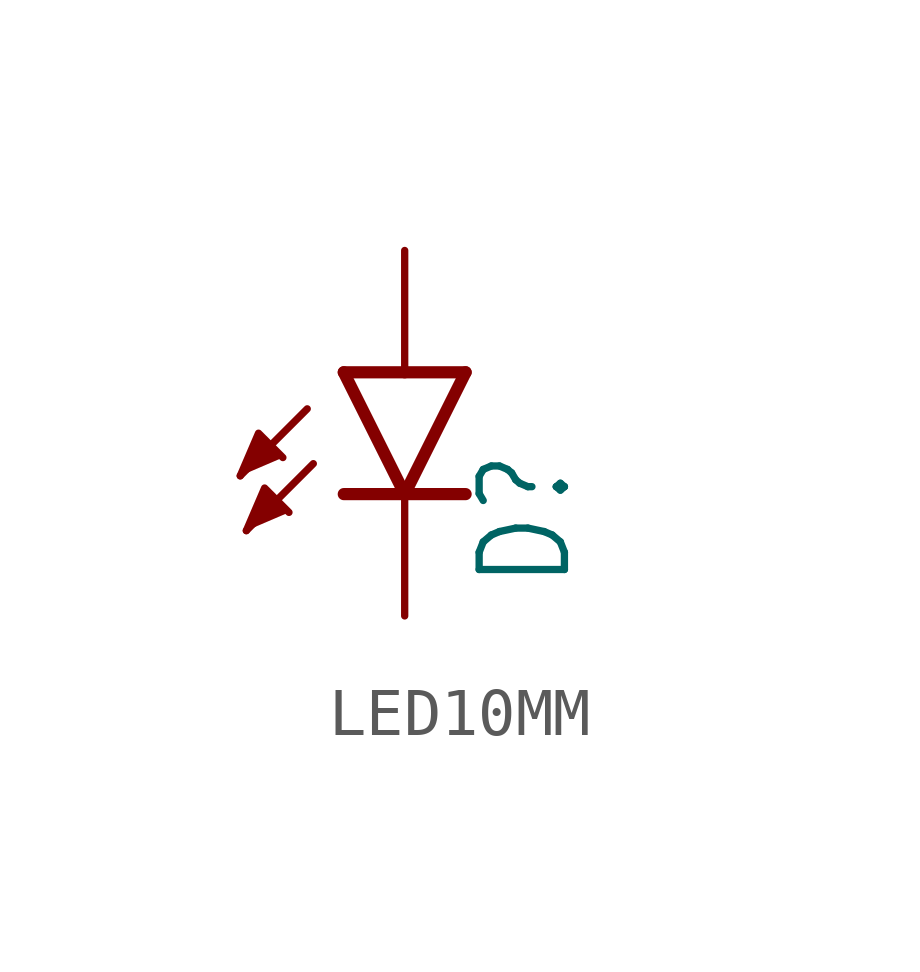
<source format=kicad_sym>
(kicad_symbol_lib
  (version 20220914)
  (generator kicad_symbol_editor)
  (symbol "LED10MM"
    (property "Reference" "D"
      (at 3.556 -4.572 90)
      (effects (font (size 1.778 1.511)) (justify left bottom)))
    (property "Value" ""
      (at 5.715 -4.572 90)
      (effects (font (size 1.778 1.511)) (justify left bottom)))
    (property "ki_locked" ""
      (at 0 0 0)
      (effects (font (size 1.27 1.27))))
    (symbol "LED10MM_1_0"
      (polyline (pts (xy -2.032 -0.762) (xy -3.429 -2.159)) (stroke (width 0.152) (type solid)) (fill (type none)))
      (polyline (pts (xy -1.905 -1.905) (xy -3.302 -3.302)) (stroke (width 0.152) (type solid)) (fill (type none)))
      (polyline (pts (xy 0 -2.54) (xy -1.27 -2.54)) (stroke (width 0.254) (type solid)) (fill (type none)))
      (polyline (pts (xy 0 -2.54) (xy -1.27 0)) (stroke (width 0.254) (type solid)) (fill (type none)))
      (polyline (pts (xy 0 0) (xy -1.27 0)) (stroke (width 0.254) (type solid)) (fill (type none)))
      (polyline (pts (xy 1.27 -2.54) (xy 0 -2.54)) (stroke (width 0.254) (type solid)) (fill (type none)))
      (polyline (pts (xy 1.27 0) (xy 0 -2.54)) (stroke (width 0.254) (type solid)) (fill (type none)))
      (polyline (pts (xy 1.27 0) (xy 0 0)) (stroke (width 0.254) (type solid)) (fill (type none)))
      (polyline (pts (xy -3.429 -2.159) (xy -3.048 -1.27) (xy -2.54 -1.778)) (stroke (width 0.152) (type solid)) (fill (type outline)))
      (polyline (pts (xy -3.302 -3.302) (xy -2.921 -2.413) (xy -2.413 -2.921)) (stroke (width 0.152) (type solid)) (fill (type outline)))
      (pin passive line (at 0 2.54 270) (length 2.54) (name "A" (effects (font (size 0 0)))) (number "A" (effects (font (size 0 0)))))
      (pin passive line (at 0 -5.08 90) (length 2.54) (name "C" (effects (font (size 0 0)))) (number "C" (effects (font (size 0 0))))))))
</source>
